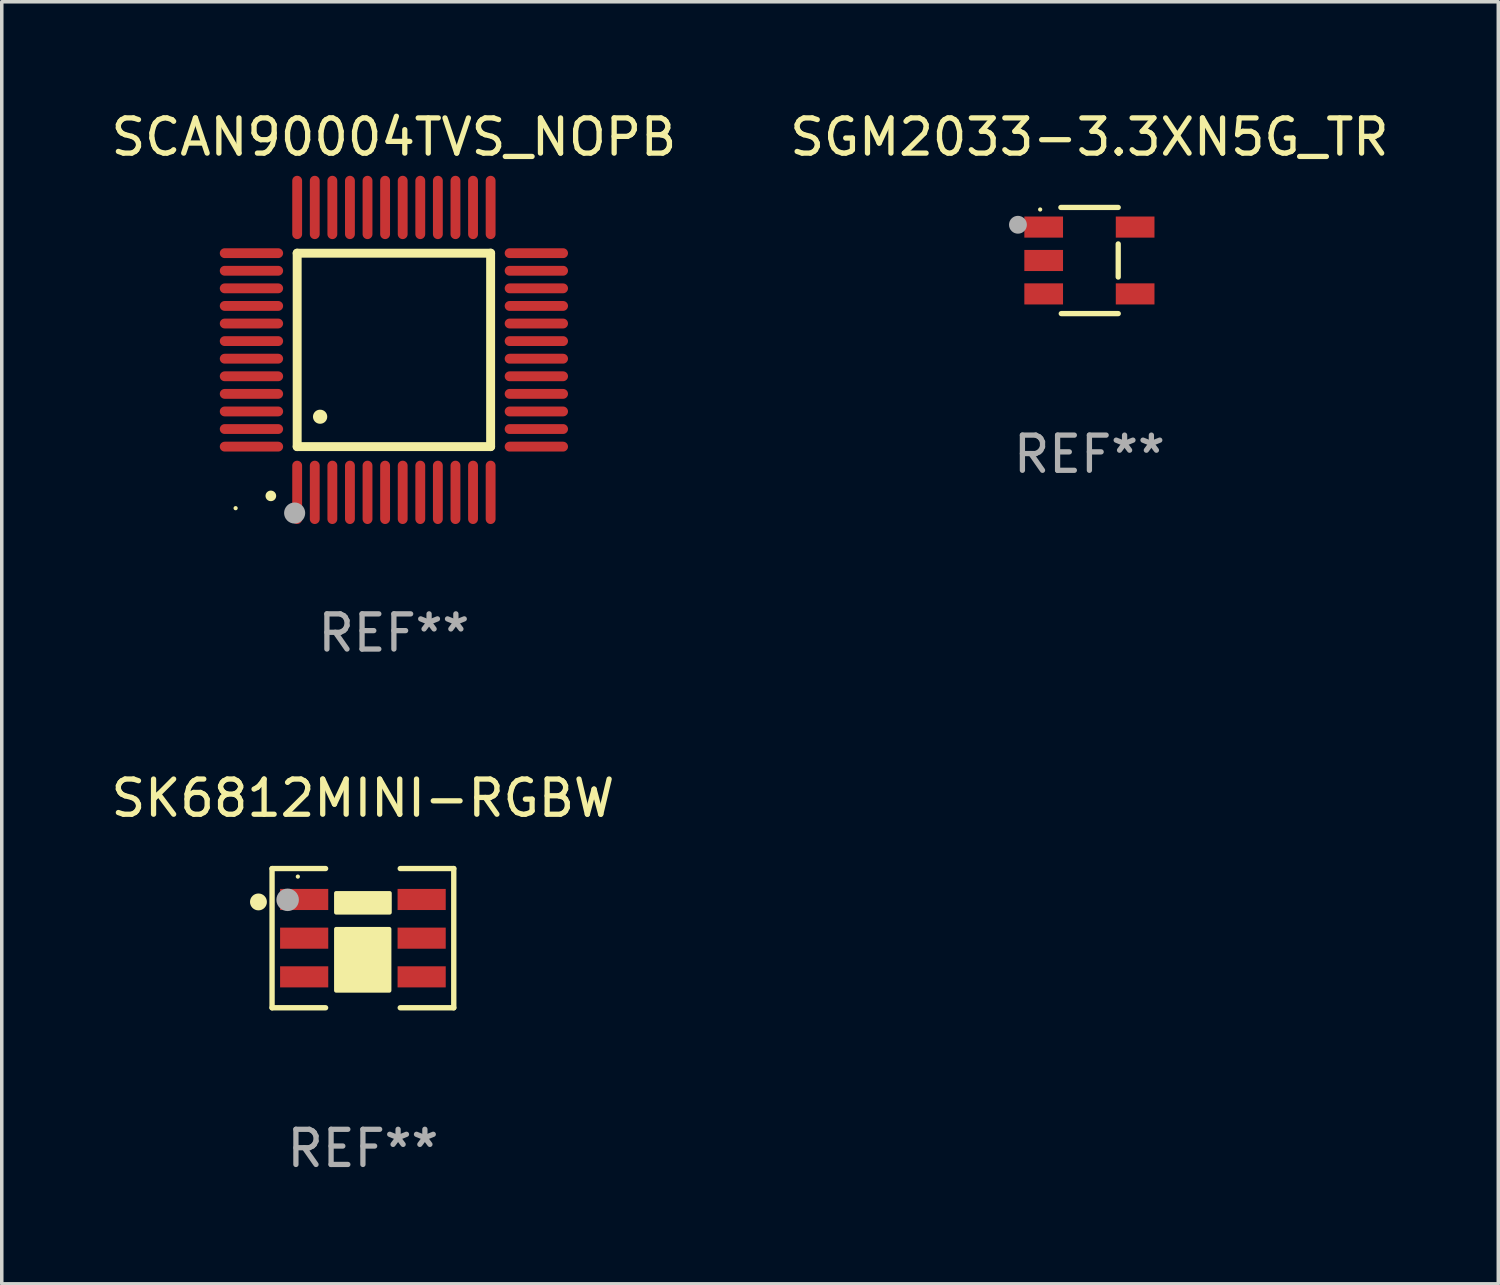
<source format=kicad_pcb>
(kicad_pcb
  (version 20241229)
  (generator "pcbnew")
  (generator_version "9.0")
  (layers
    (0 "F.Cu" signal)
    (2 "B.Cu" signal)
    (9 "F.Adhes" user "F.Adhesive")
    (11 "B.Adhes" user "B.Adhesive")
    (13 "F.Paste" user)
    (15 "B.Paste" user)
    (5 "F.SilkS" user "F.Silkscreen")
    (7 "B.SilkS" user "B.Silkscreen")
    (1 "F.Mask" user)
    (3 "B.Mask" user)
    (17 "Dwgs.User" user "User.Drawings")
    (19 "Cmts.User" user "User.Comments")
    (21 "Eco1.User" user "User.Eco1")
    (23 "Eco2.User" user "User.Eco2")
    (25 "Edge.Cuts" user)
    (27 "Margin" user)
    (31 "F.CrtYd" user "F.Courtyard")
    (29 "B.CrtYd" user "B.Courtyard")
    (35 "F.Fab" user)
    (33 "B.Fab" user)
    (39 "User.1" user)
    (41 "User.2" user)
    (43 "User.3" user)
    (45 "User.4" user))
  (footprint "SK6812MINI-RGBW"
    (layer "F.Cu")
    (at 7.268 23.623)
    (property "Reference" "SK6812MINI-RGBW" (at 0 -3.979 0) (layer "F.SilkS") (effects (font (size 1 1) (thickness 0.15))))
    (attr through_hole)
    (fp_line (start -2.583 -1.979) (end -2.583 1.979) (stroke (width 0.152) (type solid)) (layer "F.SilkS"))
    (fp_line (start -2.583 1.979) (end -1.061 1.979) (stroke (width 0.152) (type solid)) (layer "F.SilkS"))
    (fp_line (start -1.061 -1.979) (end -2.583 -1.979) (stroke (width 0.152) (type solid)) (layer "F.SilkS"))
    (fp_line (start 1.061 -1.979) (end 2.583 -1.979) (stroke (width 0.152) (type solid)) (layer "F.SilkS"))
    (fp_line (start 2.583 -1.979) (end 2.583 1.979) (stroke (width 0.152) (type solid)) (layer "F.SilkS"))
    (fp_line (start 2.583 1.979) (end 1.061 1.979) (stroke (width 0.152) (type solid)) (layer "F.SilkS"))
    (fp_circle (center -2.97 -1.03) (end -2.85 -1.03) (stroke (width 0.24) (type solid)) (fill no) (layer "F.SilkS"))
    (fp_circle (center -1.85 -1.75) (end -1.82 -1.75) (stroke (width 0.06) (type solid)) (fill no) (layer "F.SilkS"))
    (fp_poly (pts (xy -0.76 -1.28) (xy 0.76 -1.28) (xy 0.76 -0.73) (xy -0.76 -0.73)) (stroke (width 0.12) (type solid)) (fill yes) (layer "F.SilkS"))
    (fp_poly (pts (xy -0.76 -0.26) (xy 0.75 -0.26) (xy 0.75 1.49) (xy -0.76 1.49)) (stroke (width 0.12) (type solid)) (fill yes) (layer "F.SilkS"))
    (fp_circle (center -2.14 -1.09) (end -1.98 -1.09) (stroke (width 0.32) (type solid)) (fill no) (layer "F.Fab"))
    (fp_text user "REF**" (at 0 5.979 0) (layer "F.Fab") (effects (font (size 1 1) (thickness 0.15))))
    (pad "1" smd rect (at -1.67 -1.1) (size 1.369 0.6) (layers "F.Cu" "F.Mask" "F.Paste"))
    (pad "2" smd rect (at -1.67 0) (size 1.369 0.6) (layers "F.Cu" "F.Mask" "F.Paste"))
    (pad "3" smd rect (at -1.67 1.1) (size 1.369 0.6) (layers "F.Cu" "F.Mask" "F.Paste"))
    (pad "4" smd rect (at 1.67 1.1 180) (size 1.369 0.6) (layers "F.Cu" "F.Mask" "F.Paste"))
    (pad "5" smd rect (at 1.67 0 180) (size 1.369 0.6) (layers "F.Cu" "F.Mask" "F.Paste"))
    (pad "6" smd rect (at 1.67 -1.1 180) (size 1.369 0.6) (layers "F.Cu" "F.Mask" "F.Paste")))
  (footprint "SGM2033-3.3XN5G_TR"
    (layer "F.Cu")
    (at 27.923 4.357)
    (property "Reference" "SGM2033-3.3XN5G_TR" (at 0 -3.509 0) (layer "F.SilkS") (effects (font (size 1 1) (thickness 0.15))))
    (attr through_hole)
    (fp_line (start -0.811 -1.509) (end 0.819 -1.509) (stroke (width 0.15) (type solid)) (layer "F.SilkS"))
    (fp_line (start -0.8 1.509) (end 0.82 1.509) (stroke (width 0.15) (type solid)) (layer "F.SilkS"))
    (fp_line (start 0.819 -0.472) (end 0.819 0.47) (stroke (width 0.15) (type solid)) (layer "F.SilkS"))
    (fp_circle (center -1.4 -1.451) (end -1.37 -1.451) (stroke (width 0.06) (type solid)) (fill no) (layer "F.SilkS"))
    (fp_circle (center -2.032 -1.017) (end -1.905 -1.017) (stroke (width 0.254) (type solid)) (fill no) (layer "F.Fab"))
    (fp_text user "REF**" (at 0 5.509 0) (layer "F.Fab") (effects (font (size 1 1) (thickness 0.15))))
    (pad "1" smd rect (at -1.3 -0.951) (size 1.1 0.6) (layers "F.Cu" "F.Mask" "F.Paste"))
    (pad "2" smd rect (at -1.3 -0.001) (size 1.1 0.6) (layers "F.Cu" "F.Mask" "F.Paste"))
    (pad "3" smd rect (at -1.3 0.949) (size 1.1 0.6) (layers "F.Cu" "F.Mask" "F.Paste"))
    (pad "4" smd rect (at 1.3 0.949) (size 1.1 0.6) (layers "F.Cu" "F.Mask" "F.Paste"))
    (pad "5" smd rect (at 1.3 -0.951) (size 1.1 0.6) (layers "F.Cu" "F.Mask" "F.Paste")))
  (footprint "SCAN90004TVS_NOPB"
    (layer "F.Cu")
    (at 8.149 6.898)
    (property "Reference" "SCAN90004TVS_NOPB" (at 0 -6.05 0) (layer "F.SilkS") (effects (font (size 1 1) (thickness 0.15))))
    (attr through_hole)
    (fp_line (start -2.75 -2.75) (end 2.75 -2.75) (stroke (width 0.254) (type solid)) (layer "F.SilkS"))
    (fp_line (start -2.75 2.75) (end -2.75 -2.75) (stroke (width 0.254) (type solid)) (layer "F.SilkS"))
    (fp_line (start 2.75 -2.75) (end 2.75 2.75) (stroke (width 0.254) (type solid)) (layer "F.SilkS"))
    (fp_line (start 2.75 2.75) (end -2.75 2.75) (stroke (width 0.254) (type solid)) (layer "F.SilkS"))
    (fp_arc (start -3.500127 4.150368) (mid -3.498857 4.150363) (end -3.497587 4.150368) (stroke (width 0.3) (type solid)) (layer "F.SilkS"))
    (fp_arc (start -2.100584 1.899924) (mid -2.098044 1.899908) (end -2.095504 1.899924) (stroke (width 0.4) (type solid)) (layer "F.SilkS"))
    (fp_circle (center -4.5 4.5) (end -4.47 4.5) (stroke (width 0.06) (type solid)) (fill no) (layer "F.SilkS"))
    (fp_circle (center -2.822 4.638) (end -2.672 4.638) (stroke (width 0.3) (type solid)) (fill no) (layer "F.Fab"))
    (fp_text user "REF**" (at 0 8.05 0) (layer "F.Fab") (effects (font (size 1 1) (thickness 0.15))))
    (pad "1" smd oval (at -2.75 4.05) (size 0.28 1.8) (layers "F.Cu" "F.Mask" "F.Paste"))
    (pad "2" smd oval (at -2.25 4.05) (size 0.28 1.8) (layers "F.Cu" "F.Mask" "F.Paste"))
    (pad "3" smd oval (at -1.75 4.05) (size 0.28 1.8) (layers "F.Cu" "F.Mask" "F.Paste"))
    (pad "4" smd oval (at -1.25 4.05) (size 0.28 1.8) (layers "F.Cu" "F.Mask" "F.Paste"))
    (pad "5" smd oval (at -0.75 4.05) (size 0.28 1.8) (layers "F.Cu" "F.Mask" "F.Paste"))
    (pad "6" smd oval (at -0.25 4.05) (size 0.28 1.8) (layers "F.Cu" "F.Mask" "F.Paste"))
    (pad "7" smd oval (at 0.25 4.05) (size 0.28 1.8) (layers "F.Cu" "F.Mask" "F.Paste"))
    (pad "8" smd oval (at 0.75 4.05) (size 0.28 1.8) (layers "F.Cu" "F.Mask" "F.Paste"))
    (pad "9" smd oval (at 1.25 4.05) (size 0.28 1.8) (layers "F.Cu" "F.Mask" "F.Paste"))
    (pad "10" smd oval (at 1.75 4.05) (size 0.28 1.8) (layers "F.Cu" "F.Mask" "F.Paste"))
    (pad "11" smd oval (at 2.25 4.05) (size 0.28 1.8) (layers "F.Cu" "F.Mask" "F.Paste"))
    (pad "12" smd oval (at 2.75 4.05) (size 0.28 1.8) (layers "F.Cu" "F.Mask" "F.Paste"))
    (pad "13" smd oval (at 4.05 2.75) (size 1.8 0.28) (layers "F.Cu" "F.Mask" "F.Paste"))
    (pad "14" smd oval (at 4.05 2.25) (size 1.8 0.28) (layers "F.Cu" "F.Mask" "F.Paste"))
    (pad "15" smd oval (at 4.05 1.75) (size 1.8 0.28) (layers "F.Cu" "F.Mask" "F.Paste"))
    (pad "16" smd oval (at 4.05 1.25) (size 1.8 0.28) (layers "F.Cu" "F.Mask" "F.Paste"))
    (pad "17" smd oval (at 4.05 0.75) (size 1.8 0.28) (layers "F.Cu" "F.Mask" "F.Paste"))
    (pad "18" smd oval (at 4.05 0.25) (size 1.8 0.28) (layers "F.Cu" "F.Mask" "F.Paste"))
    (pad "19" smd oval (at 4.05 -0.25) (size 1.8 0.28) (layers "F.Cu" "F.Mask" "F.Paste"))
    (pad "20" smd oval (at 4.05 -0.75) (size 1.8 0.28) (layers "F.Cu" "F.Mask" "F.Paste"))
    (pad "21" smd oval (at 4.05 -1.25) (size 1.8 0.28) (layers "F.Cu" "F.Mask" "F.Paste"))
    (pad "22" smd oval (at 4.05 -1.75) (size 1.8 0.28) (layers "F.Cu" "F.Mask" "F.Paste"))
    (pad "23" smd oval (at 4.05 -2.25) (size 1.8 0.28) (layers "F.Cu" "F.Mask" "F.Paste"))
    (pad "24" smd oval (at 4.05 -2.75) (size 1.8 0.28) (layers "F.Cu" "F.Mask" "F.Paste"))
    (pad "25" smd oval (at 2.75 -4.05) (size 0.28 1.8) (layers "F.Cu" "F.Mask" "F.Paste"))
    (pad "26" smd oval (at 2.25 -4.05) (size 0.28 1.8) (layers "F.Cu" "F.Mask" "F.Paste"))
    (pad "27" smd oval (at 1.75 -4.05) (size 0.28 1.8) (layers "F.Cu" "F.Mask" "F.Paste"))
    (pad "28" smd oval (at 1.25 -4.05) (size 0.28 1.8) (layers "F.Cu" "F.Mask" "F.Paste"))
    (pad "29" smd oval (at 0.75 -4.05) (size 0.28 1.8) (layers "F.Cu" "F.Mask" "F.Paste"))
    (pad "30" smd oval (at 0.25 -4.05) (size 0.28 1.8) (layers "F.Cu" "F.Mask" "F.Paste"))
    (pad "31" smd oval (at -0.25 -4.05) (size 0.28 1.8) (layers "F.Cu" "F.Mask" "F.Paste"))
    (pad "32" smd oval (at -0.75 -4.05) (size 0.28 1.8) (layers "F.Cu" "F.Mask" "F.Paste"))
    (pad "33" smd oval (at -1.25 -4.05) (size 0.28 1.8) (layers "F.Cu" "F.Mask" "F.Paste"))
    (pad "34" smd oval (at -1.75 -4.05) (size 0.28 1.8) (layers "F.Cu" "F.Mask" "F.Paste"))
    (pad "35" smd oval (at -2.25 -4.05) (size 0.28 1.8) (layers "F.Cu" "F.Mask" "F.Paste"))
    (pad "36" smd oval (at -2.75 -4.05) (size 0.28 1.8) (layers "F.Cu" "F.Mask" "F.Paste"))
    (pad "37" smd oval (at -4.05 -2.75) (size 1.8 0.28) (layers "F.Cu" "F.Mask" "F.Paste"))
    (pad "38" smd oval (at -4.05 -2.25) (size 1.8 0.28) (layers "F.Cu" "F.Mask" "F.Paste"))
    (pad "39" smd oval (at -4.05 -1.75) (size 1.8 0.28) (layers "F.Cu" "F.Mask" "F.Paste"))
    (pad "40" smd oval (at -4.05 -1.25) (size 1.8 0.28) (layers "F.Cu" "F.Mask" "F.Paste"))
    (pad "41" smd oval (at -4.05 -0.75) (size 1.8 0.28) (layers "F.Cu" "F.Mask" "F.Paste"))
    (pad "42" smd oval (at -4.05 -0.25) (size 1.8 0.28) (layers "F.Cu" "F.Mask" "F.Paste"))
    (pad "43" smd oval (at -4.05 0.25) (size 1.8 0.28) (layers "F.Cu" "F.Mask" "F.Paste"))
    (pad "44" smd oval (at -4.05 0.75) (size 1.8 0.28) (layers "F.Cu" "F.Mask" "F.Paste"))
    (pad "45" smd oval (at -4.05 1.25) (size 1.8 0.28) (layers "F.Cu" "F.Mask" "F.Paste"))
    (pad "46" smd oval (at -4.05 1.75) (size 1.8 0.28) (layers "F.Cu" "F.Mask" "F.Paste"))
    (pad "47" smd oval (at -4.05 2.25) (size 1.8 0.28) (layers "F.Cu" "F.Mask" "F.Paste"))
    (pad "48" smd oval (at -4.05 2.75) (size 1.8 0.28) (layers "F.Cu" "F.Mask" "F.Paste")))
  (gr_rect
    (start -3 -3)
    (end 39.548 33.45)
    (stroke (width 0.1) (type default))
    (fill no)
    (layer "Edge.Cuts")))
</source>
